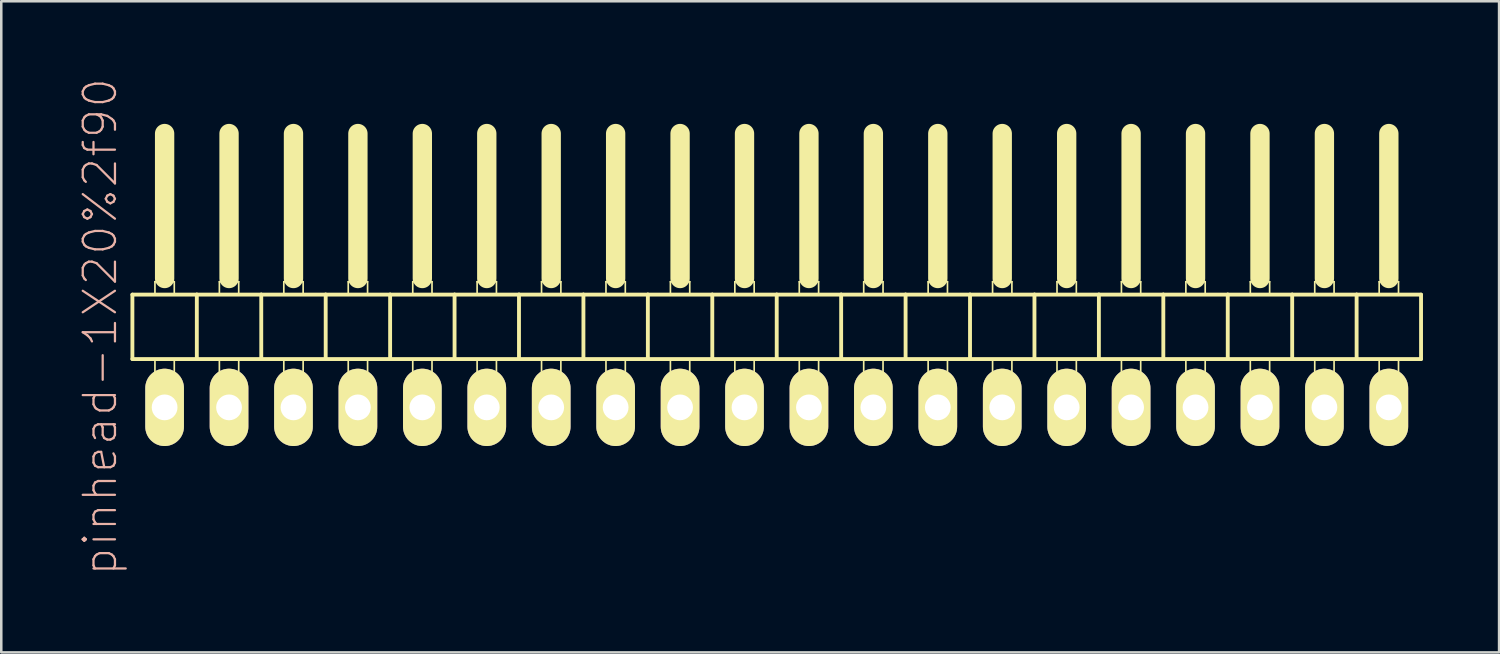
<source format=kicad_pcb>
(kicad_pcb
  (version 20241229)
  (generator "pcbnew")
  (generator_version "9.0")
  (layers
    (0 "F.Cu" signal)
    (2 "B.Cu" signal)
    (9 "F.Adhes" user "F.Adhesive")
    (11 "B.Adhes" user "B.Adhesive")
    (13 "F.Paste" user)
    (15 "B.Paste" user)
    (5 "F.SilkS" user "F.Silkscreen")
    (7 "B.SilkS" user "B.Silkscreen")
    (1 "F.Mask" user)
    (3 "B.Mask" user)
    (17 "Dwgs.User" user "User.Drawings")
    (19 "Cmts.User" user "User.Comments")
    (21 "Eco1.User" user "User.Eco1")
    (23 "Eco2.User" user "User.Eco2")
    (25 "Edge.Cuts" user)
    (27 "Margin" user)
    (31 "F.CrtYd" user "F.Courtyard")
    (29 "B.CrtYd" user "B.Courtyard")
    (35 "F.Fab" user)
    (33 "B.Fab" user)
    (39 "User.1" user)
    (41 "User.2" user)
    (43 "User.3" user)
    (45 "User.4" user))
  (footprint "pinhead-1X20%2f90"
    (layer "F.Cu")
    (at 27.569 9.199)
    (property "Reference" "pinhead-1X20%2f90" (at -26.67 0.635 90) (layer "B.SilkS") (effects (font (size 1.27 1.27) (thickness 0.089))))
    (attr exclude_from_pos_files exclude_from_bom)
    (fp_line (start -25.4 -0.635) (end -25.4 1.905) (stroke (width 0.152) (type solid)) (layer "F.SilkS"))
    (fp_line (start -25.4 1.905) (end -22.86 1.905) (stroke (width 0.152) (type solid)) (layer "F.SilkS"))
    (fp_line (start -24.511 -1.143) (end -23.749 -1.143) (stroke (width 0.066) (type solid)) (layer "F.SilkS"))
    (fp_line (start -24.511 -0.635) (end -24.511 -1.143) (stroke (width 0.066) (type solid)) (layer "F.SilkS"))
    (fp_line (start -24.511 -0.635) (end -23.749 -0.635) (stroke (width 0.066) (type solid)) (layer "F.SilkS"))
    (fp_line (start -24.511 1.905) (end -23.749 1.905) (stroke (width 0.066) (type solid)) (layer "F.SilkS"))
    (fp_line (start -24.511 2.921) (end -24.511 1.905) (stroke (width 0.066) (type solid)) (layer "F.SilkS"))
    (fp_line (start -24.511 2.921) (end -23.749 2.921) (stroke (width 0.066) (type solid)) (layer "F.SilkS"))
    (fp_line (start -24.13 -6.985) (end -24.13 -1.27) (stroke (width 0.762) (type solid)) (layer "F.SilkS"))
    (fp_line (start -23.749 -0.635) (end -23.749 -1.143) (stroke (width 0.066) (type solid)) (layer "F.SilkS"))
    (fp_line (start -23.749 2.921) (end -23.749 1.905) (stroke (width 0.066) (type solid)) (layer "F.SilkS"))
    (fp_line (start -22.86 -0.635) (end -25.4 -0.635) (stroke (width 0.152) (type solid)) (layer "F.SilkS"))
    (fp_line (start -22.86 1.905) (end -22.86 -0.635) (stroke (width 0.152) (type solid)) (layer "F.SilkS"))
    (fp_line (start -22.86 1.905) (end -20.32 1.905) (stroke (width 0.152) (type solid)) (layer "F.SilkS"))
    (fp_line (start -21.971 -1.143) (end -21.209 -1.143) (stroke (width 0.066) (type solid)) (layer "F.SilkS"))
    (fp_line (start -21.971 -0.635) (end -21.971 -1.143) (stroke (width 0.066) (type solid)) (layer "F.SilkS"))
    (fp_line (start -21.971 -0.635) (end -21.209 -0.635) (stroke (width 0.066) (type solid)) (layer "F.SilkS"))
    (fp_line (start -21.971 1.905) (end -21.209 1.905) (stroke (width 0.066) (type solid)) (layer "F.SilkS"))
    (fp_line (start -21.971 2.921) (end -21.971 1.905) (stroke (width 0.066) (type solid)) (layer "F.SilkS"))
    (fp_line (start -21.971 2.921) (end -21.209 2.921) (stroke (width 0.066) (type solid)) (layer "F.SilkS"))
    (fp_line (start -21.59 -6.985) (end -21.59 -1.27) (stroke (width 0.762) (type solid)) (layer "F.SilkS"))
    (fp_line (start -21.209 -0.635) (end -21.209 -1.143) (stroke (width 0.066) (type solid)) (layer "F.SilkS"))
    (fp_line (start -21.209 2.921) (end -21.209 1.905) (stroke (width 0.066) (type solid)) (layer "F.SilkS"))
    (fp_line (start -20.32 -0.635) (end -22.86 -0.635) (stroke (width 0.152) (type solid)) (layer "F.SilkS"))
    (fp_line (start -20.32 1.905) (end -20.32 -0.635) (stroke (width 0.152) (type solid)) (layer "F.SilkS"))
    (fp_line (start -20.32 1.905) (end -17.78 1.905) (stroke (width 0.152) (type solid)) (layer "F.SilkS"))
    (fp_line (start -19.431 -1.143) (end -18.669 -1.143) (stroke (width 0.066) (type solid)) (layer "F.SilkS"))
    (fp_line (start -19.431 -0.635) (end -19.431 -1.143) (stroke (width 0.066) (type solid)) (layer "F.SilkS"))
    (fp_line (start -19.431 -0.635) (end -18.669 -0.635) (stroke (width 0.066) (type solid)) (layer "F.SilkS"))
    (fp_line (start -19.431 1.905) (end -18.669 1.905) (stroke (width 0.066) (type solid)) (layer "F.SilkS"))
    (fp_line (start -19.431 2.921) (end -19.431 1.905) (stroke (width 0.066) (type solid)) (layer "F.SilkS"))
    (fp_line (start -19.431 2.921) (end -18.669 2.921) (stroke (width 0.066) (type solid)) (layer "F.SilkS"))
    (fp_line (start -19.05 -6.985) (end -19.05 -1.27) (stroke (width 0.762) (type solid)) (layer "F.SilkS"))
    (fp_line (start -18.669 -0.635) (end -18.669 -1.143) (stroke (width 0.066) (type solid)) (layer "F.SilkS"))
    (fp_line (start -18.669 2.921) (end -18.669 1.905) (stroke (width 0.066) (type solid)) (layer "F.SilkS"))
    (fp_line (start -17.78 -0.635) (end -20.32 -0.635) (stroke (width 0.152) (type solid)) (layer "F.SilkS"))
    (fp_line (start -17.78 1.905) (end -17.78 -0.635) (stroke (width 0.152) (type solid)) (layer "F.SilkS"))
    (fp_line (start -17.78 1.905) (end -15.24 1.905) (stroke (width 0.152) (type solid)) (layer "F.SilkS"))
    (fp_line (start -16.891 -1.143) (end -16.129 -1.143) (stroke (width 0.066) (type solid)) (layer "F.SilkS"))
    (fp_line (start -16.891 -0.635) (end -16.891 -1.143) (stroke (width 0.066) (type solid)) (layer "F.SilkS"))
    (fp_line (start -16.891 -0.635) (end -16.129 -0.635) (stroke (width 0.066) (type solid)) (layer "F.SilkS"))
    (fp_line (start -16.891 1.905) (end -16.129 1.905) (stroke (width 0.066) (type solid)) (layer "F.SilkS"))
    (fp_line (start -16.891 2.921) (end -16.891 1.905) (stroke (width 0.066) (type solid)) (layer "F.SilkS"))
    (fp_line (start -16.891 2.921) (end -16.129 2.921) (stroke (width 0.066) (type solid)) (layer "F.SilkS"))
    (fp_line (start -16.51 -6.985) (end -16.51 -1.27) (stroke (width 0.762) (type solid)) (layer "F.SilkS"))
    (fp_line (start -16.129 -0.635) (end -16.129 -1.143) (stroke (width 0.066) (type solid)) (layer "F.SilkS"))
    (fp_line (start -16.129 2.921) (end -16.129 1.905) (stroke (width 0.066) (type solid)) (layer "F.SilkS"))
    (fp_line (start -15.24 -0.635) (end -17.78 -0.635) (stroke (width 0.152) (type solid)) (layer "F.SilkS"))
    (fp_line (start -15.24 1.905) (end -15.24 -0.635) (stroke (width 0.152) (type solid)) (layer "F.SilkS"))
    (fp_line (start -15.24 1.905) (end -12.7 1.905) (stroke (width 0.152) (type solid)) (layer "F.SilkS"))
    (fp_line (start -14.348 -1.143) (end -13.589 -1.143) (stroke (width 0.066) (type solid)) (layer "F.SilkS"))
    (fp_line (start -14.348 -0.635) (end -14.348 -1.143) (stroke (width 0.066) (type solid)) (layer "F.SilkS"))
    (fp_line (start -14.348 -0.635) (end -13.589 -0.635) (stroke (width 0.066) (type solid)) (layer "F.SilkS"))
    (fp_line (start -14.348 1.905) (end -13.589 1.905) (stroke (width 0.066) (type solid)) (layer "F.SilkS"))
    (fp_line (start -14.348 2.921) (end -14.348 1.905) (stroke (width 0.066) (type solid)) (layer "F.SilkS"))
    (fp_line (start -14.348 2.921) (end -13.589 2.921) (stroke (width 0.066) (type solid)) (layer "F.SilkS"))
    (fp_line (start -13.97 -6.985) (end -13.97 -1.27) (stroke (width 0.762) (type solid)) (layer "F.SilkS"))
    (fp_line (start -13.589 -0.635) (end -13.589 -1.143) (stroke (width 0.066) (type solid)) (layer "F.SilkS"))
    (fp_line (start -13.589 2.921) (end -13.589 1.905) (stroke (width 0.066) (type solid)) (layer "F.SilkS"))
    (fp_line (start -12.7 -0.635) (end -15.24 -0.635) (stroke (width 0.152) (type solid)) (layer "F.SilkS"))
    (fp_line (start -12.7 1.905) (end -12.7 -0.635) (stroke (width 0.152) (type solid)) (layer "F.SilkS"))
    (fp_line (start -12.7 1.905) (end -10.16 1.905) (stroke (width 0.152) (type solid)) (layer "F.SilkS"))
    (fp_line (start -11.811 -1.143) (end -11.049 -1.143) (stroke (width 0.066) (type solid)) (layer "F.SilkS"))
    (fp_line (start -11.811 -0.635) (end -11.811 -1.143) (stroke (width 0.066) (type solid)) (layer "F.SilkS"))
    (fp_line (start -11.811 -0.635) (end -11.049 -0.635) (stroke (width 0.066) (type solid)) (layer "F.SilkS"))
    (fp_line (start -11.811 1.905) (end -11.049 1.905) (stroke (width 0.066) (type solid)) (layer "F.SilkS"))
    (fp_line (start -11.811 2.921) (end -11.811 1.905) (stroke (width 0.066) (type solid)) (layer "F.SilkS"))
    (fp_line (start -11.811 2.921) (end -11.049 2.921) (stroke (width 0.066) (type solid)) (layer "F.SilkS"))
    (fp_line (start -11.43 -6.985) (end -11.43 -1.27) (stroke (width 0.762) (type solid)) (layer "F.SilkS"))
    (fp_line (start -11.049 -0.635) (end -11.049 -1.143) (stroke (width 0.066) (type solid)) (layer "F.SilkS"))
    (fp_line (start -11.049 2.921) (end -11.049 1.905) (stroke (width 0.066) (type solid)) (layer "F.SilkS"))
    (fp_line (start -10.16 -0.635) (end -12.7 -0.635) (stroke (width 0.152) (type solid)) (layer "F.SilkS"))
    (fp_line (start -10.16 1.905) (end -10.16 -0.635) (stroke (width 0.152) (type solid)) (layer "F.SilkS"))
    (fp_line (start -10.16 1.905) (end -7.62 1.905) (stroke (width 0.152) (type solid)) (layer "F.SilkS"))
    (fp_line (start -9.271 -1.143) (end -8.509 -1.143) (stroke (width 0.066) (type solid)) (layer "F.SilkS"))
    (fp_line (start -9.271 -0.635) (end -9.271 -1.143) (stroke (width 0.066) (type solid)) (layer "F.SilkS"))
    (fp_line (start -9.271 -0.635) (end -8.509 -0.635) (stroke (width 0.066) (type solid)) (layer "F.SilkS"))
    (fp_line (start -9.271 1.905) (end -8.509 1.905) (stroke (width 0.066) (type solid)) (layer "F.SilkS"))
    (fp_line (start -9.271 2.921) (end -9.271 1.905) (stroke (width 0.066) (type solid)) (layer "F.SilkS"))
    (fp_line (start -9.271 2.921) (end -8.509 2.921) (stroke (width 0.066) (type solid)) (layer "F.SilkS"))
    (fp_line (start -8.89 -6.985) (end -8.89 -1.27) (stroke (width 0.762) (type solid)) (layer "F.SilkS"))
    (fp_line (start -8.509 -0.635) (end -8.509 -1.143) (stroke (width 0.066) (type solid)) (layer "F.SilkS"))
    (fp_line (start -8.509 2.921) (end -8.509 1.905) (stroke (width 0.066) (type solid)) (layer "F.SilkS"))
    (fp_line (start -7.62 -0.635) (end -10.16 -0.635) (stroke (width 0.152) (type solid)) (layer "F.SilkS"))
    (fp_line (start -7.62 1.905) (end -7.62 -0.635) (stroke (width 0.152) (type solid)) (layer "F.SilkS"))
    (fp_line (start -7.62 1.905) (end -5.08 1.905) (stroke (width 0.152) (type solid)) (layer "F.SilkS"))
    (fp_line (start -6.731 -1.143) (end -5.969 -1.143) (stroke (width 0.066) (type solid)) (layer "F.SilkS"))
    (fp_line (start -6.731 -0.635) (end -6.731 -1.143) (stroke (width 0.066) (type solid)) (layer "F.SilkS"))
    (fp_line (start -6.731 -0.635) (end -5.969 -0.635) (stroke (width 0.066) (type solid)) (layer "F.SilkS"))
    (fp_line (start -6.731 1.905) (end -5.969 1.905) (stroke (width 0.066) (type solid)) (layer "F.SilkS"))
    (fp_line (start -6.731 2.921) (end -6.731 1.905) (stroke (width 0.066) (type solid)) (layer "F.SilkS"))
    (fp_line (start -6.731 2.921) (end -5.969 2.921) (stroke (width 0.066) (type solid)) (layer "F.SilkS"))
    (fp_line (start -6.35 -6.985) (end -6.35 -1.27) (stroke (width 0.762) (type solid)) (layer "F.SilkS"))
    (fp_line (start -5.969 -0.635) (end -5.969 -1.143) (stroke (width 0.066) (type solid)) (layer "F.SilkS"))
    (fp_line (start -5.969 2.921) (end -5.969 1.905) (stroke (width 0.066) (type solid)) (layer "F.SilkS"))
    (fp_line (start -5.08 -0.635) (end -7.62 -0.635) (stroke (width 0.152) (type solid)) (layer "F.SilkS"))
    (fp_line (start -5.08 1.905) (end -5.08 -0.635) (stroke (width 0.152) (type solid)) (layer "F.SilkS"))
    (fp_line (start -5.08 1.905) (end -2.54 1.905) (stroke (width 0.152) (type solid)) (layer "F.SilkS"))
    (fp_line (start -4.191 -1.143) (end -3.429 -1.143) (stroke (width 0.066) (type solid)) (layer "F.SilkS"))
    (fp_line (start -4.191 -0.635) (end -4.191 -1.143) (stroke (width 0.066) (type solid)) (layer "F.SilkS"))
    (fp_line (start -4.191 -0.635) (end -3.429 -0.635) (stroke (width 0.066) (type solid)) (layer "F.SilkS"))
    (fp_line (start -4.191 1.905) (end -3.429 1.905) (stroke (width 0.066) (type solid)) (layer "F.SilkS"))
    (fp_line (start -4.191 2.921) (end -4.191 1.905) (stroke (width 0.066) (type solid)) (layer "F.SilkS"))
    (fp_line (start -4.191 2.921) (end -3.429 2.921) (stroke (width 0.066) (type solid)) (layer "F.SilkS"))
    (fp_line (start -3.81 -6.985) (end -3.81 -1.27) (stroke (width 0.762) (type solid)) (layer "F.SilkS"))
    (fp_line (start -3.429 -0.635) (end -3.429 -1.143) (stroke (width 0.066) (type solid)) (layer "F.SilkS"))
    (fp_line (start -3.429 2.921) (end -3.429 1.905) (stroke (width 0.066) (type solid)) (layer "F.SilkS"))
    (fp_line (start -2.54 -0.635) (end -5.08 -0.635) (stroke (width 0.152) (type solid)) (layer "F.SilkS"))
    (fp_line (start -2.54 1.905) (end -2.54 -0.635) (stroke (width 0.152) (type solid)) (layer "F.SilkS"))
    (fp_line (start -2.54 1.905) (end 0 1.905) (stroke (width 0.152) (type solid)) (layer "F.SilkS"))
    (fp_line (start -1.651 -1.143) (end -0.889 -1.143) (stroke (width 0.066) (type solid)) (layer "F.SilkS"))
    (fp_line (start -1.651 -0.635) (end -1.651 -1.143) (stroke (width 0.066) (type solid)) (layer "F.SilkS"))
    (fp_line (start -1.651 -0.635) (end -0.889 -0.635) (stroke (width 0.066) (type solid)) (layer "F.SilkS"))
    (fp_line (start -1.651 1.905) (end -0.889 1.905) (stroke (width 0.066) (type solid)) (layer "F.SilkS"))
    (fp_line (start -1.651 2.921) (end -1.651 1.905) (stroke (width 0.066) (type solid)) (layer "F.SilkS"))
    (fp_line (start -1.651 2.921) (end -0.889 2.921) (stroke (width 0.066) (type solid)) (layer "F.SilkS"))
    (fp_line (start -1.27 -6.985) (end -1.27 -1.27) (stroke (width 0.762) (type solid)) (layer "F.SilkS"))
    (fp_line (start -0.889 -0.635) (end -0.889 -1.143) (stroke (width 0.066) (type solid)) (layer "F.SilkS"))
    (fp_line (start -0.889 2.921) (end -0.889 1.905) (stroke (width 0.066) (type solid)) (layer "F.SilkS"))
    (fp_line (start 0 -0.635) (end -2.54 -0.635) (stroke (width 0.152) (type solid)) (layer "F.SilkS"))
    (fp_line (start 0 1.905) (end 0 -0.635) (stroke (width 0.152) (type solid)) (layer "F.SilkS"))
    (fp_line (start 0 1.905) (end 2.54 1.905) (stroke (width 0.152) (type solid)) (layer "F.SilkS"))
    (fp_line (start 0.889 -1.143) (end 1.651 -1.143) (stroke (width 0.066) (type solid)) (layer "F.SilkS"))
    (fp_line (start 0.889 -0.635) (end 0.889 -1.143) (stroke (width 0.066) (type solid)) (layer "F.SilkS"))
    (fp_line (start 0.889 -0.635) (end 1.651 -0.635) (stroke (width 0.066) (type solid)) (layer "F.SilkS"))
    (fp_line (start 0.889 1.905) (end 1.651 1.905) (stroke (width 0.066) (type solid)) (layer "F.SilkS"))
    (fp_line (start 0.889 2.921) (end 0.889 1.905) (stroke (width 0.066) (type solid)) (layer "F.SilkS"))
    (fp_line (start 0.889 2.921) (end 1.651 2.921) (stroke (width 0.066) (type solid)) (layer "F.SilkS"))
    (fp_line (start 1.27 -6.985) (end 1.27 -1.27) (stroke (width 0.762) (type solid)) (layer "F.SilkS"))
    (fp_line (start 1.651 -0.635) (end 1.651 -1.143) (stroke (width 0.066) (type solid)) (layer "F.SilkS"))
    (fp_line (start 1.651 2.921) (end 1.651 1.905) (stroke (width 0.066) (type solid)) (layer "F.SilkS"))
    (fp_line (start 2.54 -0.635) (end 0 -0.635) (stroke (width 0.152) (type solid)) (layer "F.SilkS"))
    (fp_line (start 2.54 1.905) (end 2.54 -0.635) (stroke (width 0.152) (type solid)) (layer "F.SilkS"))
    (fp_line (start 2.54 1.905) (end 5.08 1.905) (stroke (width 0.152) (type solid)) (layer "F.SilkS"))
    (fp_line (start 3.429 -1.143) (end 4.191 -1.143) (stroke (width 0.066) (type solid)) (layer "F.SilkS"))
    (fp_line (start 3.429 -0.635) (end 3.429 -1.143) (stroke (width 0.066) (type solid)) (layer "F.SilkS"))
    (fp_line (start 3.429 -0.635) (end 4.191 -0.635) (stroke (width 0.066) (type solid)) (layer "F.SilkS"))
    (fp_line (start 3.429 1.905) (end 4.191 1.905) (stroke (width 0.066) (type solid)) (layer "F.SilkS"))
    (fp_line (start 3.429 2.921) (end 3.429 1.905) (stroke (width 0.066) (type solid)) (layer "F.SilkS"))
    (fp_line (start 3.429 2.921) (end 4.191 2.921) (stroke (width 0.066) (type solid)) (layer "F.SilkS"))
    (fp_line (start 3.81 -6.985) (end 3.81 -1.27) (stroke (width 0.762) (type solid)) (layer "F.SilkS"))
    (fp_line (start 4.191 -0.635) (end 4.191 -1.143) (stroke (width 0.066) (type solid)) (layer "F.SilkS"))
    (fp_line (start 4.191 2.921) (end 4.191 1.905) (stroke (width 0.066) (type solid)) (layer "F.SilkS"))
    (fp_line (start 5.08 -0.635) (end 2.54 -0.635) (stroke (width 0.152) (type solid)) (layer "F.SilkS"))
    (fp_line (start 5.08 1.905) (end 5.08 -0.635) (stroke (width 0.152) (type solid)) (layer "F.SilkS"))
    (fp_line (start 5.08 1.905) (end 7.62 1.905) (stroke (width 0.152) (type solid)) (layer "F.SilkS"))
    (fp_line (start 5.969 -1.143) (end 6.731 -1.143) (stroke (width 0.066) (type solid)) (layer "F.SilkS"))
    (fp_line (start 5.969 -0.635) (end 5.969 -1.143) (stroke (width 0.066) (type solid)) (layer "F.SilkS"))
    (fp_line (start 5.969 -0.635) (end 6.731 -0.635) (stroke (width 0.066) (type solid)) (layer "F.SilkS"))
    (fp_line (start 5.969 1.905) (end 6.731 1.905) (stroke (width 0.066) (type solid)) (layer "F.SilkS"))
    (fp_line (start 5.969 2.921) (end 5.969 1.905) (stroke (width 0.066) (type solid)) (layer "F.SilkS"))
    (fp_line (start 5.969 2.921) (end 6.731 2.921) (stroke (width 0.066) (type solid)) (layer "F.SilkS"))
    (fp_line (start 6.35 -6.985) (end 6.35 -1.27) (stroke (width 0.762) (type solid)) (layer "F.SilkS"))
    (fp_line (start 6.731 -0.635) (end 6.731 -1.143) (stroke (width 0.066) (type solid)) (layer "F.SilkS"))
    (fp_line (start 6.731 2.921) (end 6.731 1.905) (stroke (width 0.066) (type solid)) (layer "F.SilkS"))
    (fp_line (start 7.62 -0.635) (end 5.08 -0.635) (stroke (width 0.152) (type solid)) (layer "F.SilkS"))
    (fp_line (start 7.62 1.905) (end 7.62 -0.635) (stroke (width 0.152) (type solid)) (layer "F.SilkS"))
    (fp_line (start 7.62 1.905) (end 10.16 1.905) (stroke (width 0.152) (type solid)) (layer "F.SilkS"))
    (fp_line (start 8.509 -1.143) (end 9.271 -1.143) (stroke (width 0.066) (type solid)) (layer "F.SilkS"))
    (fp_line (start 8.509 -0.635) (end 8.509 -1.143) (stroke (width 0.066) (type solid)) (layer "F.SilkS"))
    (fp_line (start 8.509 -0.635) (end 9.271 -0.635) (stroke (width 0.066) (type solid)) (layer "F.SilkS"))
    (fp_line (start 8.509 1.905) (end 9.271 1.905) (stroke (width 0.066) (type solid)) (layer "F.SilkS"))
    (fp_line (start 8.509 2.921) (end 8.509 1.905) (stroke (width 0.066) (type solid)) (layer "F.SilkS"))
    (fp_line (start 8.509 2.921) (end 9.271 2.921) (stroke (width 0.066) (type solid)) (layer "F.SilkS"))
    (fp_line (start 8.89 -6.985) (end 8.89 -1.27) (stroke (width 0.762) (type solid)) (layer "F.SilkS"))
    (fp_line (start 9.271 -0.635) (end 9.271 -1.143) (stroke (width 0.066) (type solid)) (layer "F.SilkS"))
    (fp_line (start 9.271 2.921) (end 9.271 1.905) (stroke (width 0.066) (type solid)) (layer "F.SilkS"))
    (fp_line (start 10.16 -0.635) (end 7.62 -0.635) (stroke (width 0.152) (type solid)) (layer "F.SilkS"))
    (fp_line (start 10.16 1.905) (end 10.16 -0.635) (stroke (width 0.152) (type solid)) (layer "F.SilkS"))
    (fp_line (start 10.16 1.905) (end 12.7 1.905) (stroke (width 0.152) (type solid)) (layer "F.SilkS"))
    (fp_line (start 11.049 -1.143) (end 11.811 -1.143) (stroke (width 0.066) (type solid)) (layer "F.SilkS"))
    (fp_line (start 11.049 -0.635) (end 11.049 -1.143) (stroke (width 0.066) (type solid)) (layer "F.SilkS"))
    (fp_line (start 11.049 -0.635) (end 11.811 -0.635) (stroke (width 0.066) (type solid)) (layer "F.SilkS"))
    (fp_line (start 11.049 1.905) (end 11.811 1.905) (stroke (width 0.066) (type solid)) (layer "F.SilkS"))
    (fp_line (start 11.049 2.921) (end 11.049 1.905) (stroke (width 0.066) (type solid)) (layer "F.SilkS"))
    (fp_line (start 11.049 2.921) (end 11.811 2.921) (stroke (width 0.066) (type solid)) (layer "F.SilkS"))
    (fp_line (start 11.43 -6.985) (end 11.43 -1.27) (stroke (width 0.762) (type solid)) (layer "F.SilkS"))
    (fp_line (start 11.811 -0.635) (end 11.811 -1.143) (stroke (width 0.066) (type solid)) (layer "F.SilkS"))
    (fp_line (start 11.811 2.921) (end 11.811 1.905) (stroke (width 0.066) (type solid)) (layer "F.SilkS"))
    (fp_line (start 12.7 -0.635) (end 10.16 -0.635) (stroke (width 0.152) (type solid)) (layer "F.SilkS"))
    (fp_line (start 12.7 1.905) (end 12.7 -0.635) (stroke (width 0.152) (type solid)) (layer "F.SilkS"))
    (fp_line (start 12.7 1.905) (end 15.24 1.905) (stroke (width 0.152) (type solid)) (layer "F.SilkS"))
    (fp_line (start 13.589 -1.143) (end 14.348 -1.143) (stroke (width 0.066) (type solid)) (layer "F.SilkS"))
    (fp_line (start 13.589 -0.635) (end 13.589 -1.143) (stroke (width 0.066) (type solid)) (layer "F.SilkS"))
    (fp_line (start 13.589 -0.635) (end 14.348 -0.635) (stroke (width 0.066) (type solid)) (layer "F.SilkS"))
    (fp_line (start 13.589 1.905) (end 14.348 1.905) (stroke (width 0.066) (type solid)) (layer "F.SilkS"))
    (fp_line (start 13.589 2.921) (end 13.589 1.905) (stroke (width 0.066) (type solid)) (layer "F.SilkS"))
    (fp_line (start 13.589 2.921) (end 14.348 2.921) (stroke (width 0.066) (type solid)) (layer "F.SilkS"))
    (fp_line (start 13.97 -6.985) (end 13.97 -1.27) (stroke (width 0.762) (type solid)) (layer "F.SilkS"))
    (fp_line (start 14.348 -0.635) (end 14.348 -1.143) (stroke (width 0.066) (type solid)) (layer "F.SilkS"))
    (fp_line (start 14.348 2.921) (end 14.348 1.905) (stroke (width 0.066) (type solid)) (layer "F.SilkS"))
    (fp_line (start 15.24 -0.635) (end 12.7 -0.635) (stroke (width 0.152) (type solid)) (layer "F.SilkS"))
    (fp_line (start 15.24 1.905) (end 15.24 -0.635) (stroke (width 0.152) (type solid)) (layer "F.SilkS"))
    (fp_line (start 15.24 1.905) (end 17.78 1.905) (stroke (width 0.152) (type solid)) (layer "F.SilkS"))
    (fp_line (start 16.129 -1.143) (end 16.891 -1.143) (stroke (width 0.066) (type solid)) (layer "F.SilkS"))
    (fp_line (start 16.129 -0.635) (end 16.129 -1.143) (stroke (width 0.066) (type solid)) (layer "F.SilkS"))
    (fp_line (start 16.129 -0.635) (end 16.891 -0.635) (stroke (width 0.066) (type solid)) (layer "F.SilkS"))
    (fp_line (start 16.129 1.905) (end 16.891 1.905) (stroke (width 0.066) (type solid)) (layer "F.SilkS"))
    (fp_line (start 16.129 2.921) (end 16.129 1.905) (stroke (width 0.066) (type solid)) (layer "F.SilkS"))
    (fp_line (start 16.129 2.921) (end 16.891 2.921) (stroke (width 0.066) (type solid)) (layer "F.SilkS"))
    (fp_line (start 16.51 -6.985) (end 16.51 -1.27) (stroke (width 0.762) (type solid)) (layer "F.SilkS"))
    (fp_line (start 16.891 -0.635) (end 16.891 -1.143) (stroke (width 0.066) (type solid)) (layer "F.SilkS"))
    (fp_line (start 16.891 2.921) (end 16.891 1.905) (stroke (width 0.066) (type solid)) (layer "F.SilkS"))
    (fp_line (start 17.78 -0.635) (end 15.24 -0.635) (stroke (width 0.152) (type solid)) (layer "F.SilkS"))
    (fp_line (start 17.78 1.905) (end 17.78 -0.635) (stroke (width 0.152) (type solid)) (layer "F.SilkS"))
    (fp_line (start 17.78 1.905) (end 20.32 1.905) (stroke (width 0.152) (type solid)) (layer "F.SilkS"))
    (fp_line (start 18.669 -1.143) (end 19.431 -1.143) (stroke (width 0.066) (type solid)) (layer "F.SilkS"))
    (fp_line (start 18.669 -0.635) (end 18.669 -1.143) (stroke (width 0.066) (type solid)) (layer "F.SilkS"))
    (fp_line (start 18.669 -0.635) (end 19.431 -0.635) (stroke (width 0.066) (type solid)) (layer "F.SilkS"))
    (fp_line (start 18.669 1.905) (end 19.431 1.905) (stroke (width 0.066) (type solid)) (layer "F.SilkS"))
    (fp_line (start 18.669 2.921) (end 18.669 1.905) (stroke (width 0.066) (type solid)) (layer "F.SilkS"))
    (fp_line (start 18.669 2.921) (end 19.431 2.921) (stroke (width 0.066) (type solid)) (layer "F.SilkS"))
    (fp_line (start 19.05 -6.985) (end 19.05 -1.27) (stroke (width 0.762) (type solid)) (layer "F.SilkS"))
    (fp_line (start 19.431 -0.635) (end 19.431 -1.143) (stroke (width 0.066) (type solid)) (layer "F.SilkS"))
    (fp_line (start 19.431 2.921) (end 19.431 1.905) (stroke (width 0.066) (type solid)) (layer "F.SilkS"))
    (fp_line (start 20.32 -0.635) (end 17.78 -0.635) (stroke (width 0.152) (type solid)) (layer "F.SilkS"))
    (fp_line (start 20.32 1.905) (end 20.32 -0.635) (stroke (width 0.152) (type solid)) (layer "F.SilkS"))
    (fp_line (start 20.32 1.905) (end 22.86 1.905) (stroke (width 0.152) (type solid)) (layer "F.SilkS"))
    (fp_line (start 21.209 -1.143) (end 21.971 -1.143) (stroke (width 0.066) (type solid)) (layer "F.SilkS"))
    (fp_line (start 21.209 -0.635) (end 21.209 -1.143) (stroke (width 0.066) (type solid)) (layer "F.SilkS"))
    (fp_line (start 21.209 -0.635) (end 21.971 -0.635) (stroke (width 0.066) (type solid)) (layer "F.SilkS"))
    (fp_line (start 21.209 1.905) (end 21.971 1.905) (stroke (width 0.066) (type solid)) (layer "F.SilkS"))
    (fp_line (start 21.209 2.921) (end 21.209 1.905) (stroke (width 0.066) (type solid)) (layer "F.SilkS"))
    (fp_line (start 21.209 2.921) (end 21.971 2.921) (stroke (width 0.066) (type solid)) (layer "F.SilkS"))
    (fp_line (start 21.59 -6.985) (end 21.59 -1.27) (stroke (width 0.762) (type solid)) (layer "F.SilkS"))
    (fp_line (start 21.971 -0.635) (end 21.971 -1.143) (stroke (width 0.066) (type solid)) (layer "F.SilkS"))
    (fp_line (start 21.971 2.921) (end 21.971 1.905) (stroke (width 0.066) (type solid)) (layer "F.SilkS"))
    (fp_line (start 22.86 -0.635) (end 20.32 -0.635) (stroke (width 0.152) (type solid)) (layer "F.SilkS"))
    (fp_line (start 22.86 1.905) (end 22.86 -0.635) (stroke (width 0.152) (type solid)) (layer "F.SilkS"))
    (fp_line (start 22.86 1.905) (end 25.4 1.905) (stroke (width 0.152) (type solid)) (layer "F.SilkS"))
    (fp_line (start 23.749 -1.143) (end 24.511 -1.143) (stroke (width 0.066) (type solid)) (layer "F.SilkS"))
    (fp_line (start 23.749 -0.635) (end 23.749 -1.143) (stroke (width 0.066) (type solid)) (layer "F.SilkS"))
    (fp_line (start 23.749 -0.635) (end 24.511 -0.635) (stroke (width 0.066) (type solid)) (layer "F.SilkS"))
    (fp_line (start 23.749 1.905) (end 24.511 1.905) (stroke (width 0.066) (type solid)) (layer "F.SilkS"))
    (fp_line (start 23.749 2.921) (end 23.749 1.905) (stroke (width 0.066) (type solid)) (layer "F.SilkS"))
    (fp_line (start 23.749 2.921) (end 24.511 2.921) (stroke (width 0.066) (type solid)) (layer "F.SilkS"))
    (fp_line (start 24.13 -6.985) (end 24.13 -1.27) (stroke (width 0.762) (type solid)) (layer "F.SilkS"))
    (fp_line (start 24.511 -0.635) (end 24.511 -1.143) (stroke (width 0.066) (type solid)) (layer "F.SilkS"))
    (fp_line (start 24.511 2.921) (end 24.511 1.905) (stroke (width 0.066) (type solid)) (layer "F.SilkS"))
    (fp_line (start 25.4 -0.635) (end 22.86 -0.635) (stroke (width 0.152) (type solid)) (layer "F.SilkS"))
    (fp_line (start 25.4 1.905) (end 25.4 -0.635) (stroke (width 0.152) (type solid)) (layer "F.SilkS"))
    (pad "1" thru_hole oval (at -24.13 3.81) (size 1.524 3.048) (drill 1.016) (layers "*.Cu" "F.Mask" "F.SilkS" "F.Paste"))
    (pad "2" thru_hole oval (at -21.59 3.81) (size 1.524 3.048) (drill 1.016) (layers "*.Cu" "F.Mask" "F.SilkS" "F.Paste"))
    (pad "3" thru_hole oval (at -19.05 3.81) (size 1.524 3.048) (drill 1.016) (layers "*.Cu" "F.Mask" "F.SilkS" "F.Paste"))
    (pad "4" thru_hole oval (at -16.51 3.81) (size 1.524 3.048) (drill 1.016) (layers "*.Cu" "F.Mask" "F.SilkS" "F.Paste"))
    (pad "5" thru_hole oval (at -13.97 3.81) (size 1.524 3.048) (drill 1.016) (layers "*.Cu" "F.Mask" "F.SilkS" "F.Paste"))
    (pad "6" thru_hole oval (at -11.43 3.81) (size 1.524 3.048) (drill 1.016) (layers "*.Cu" "F.Mask" "F.SilkS" "F.Paste"))
    (pad "7" thru_hole oval (at -8.89 3.81) (size 1.524 3.048) (drill 1.016) (layers "*.Cu" "F.Mask" "F.SilkS" "F.Paste"))
    (pad "8" thru_hole oval (at -6.35 3.81) (size 1.524 3.048) (drill 1.016) (layers "*.Cu" "F.Mask" "F.SilkS" "F.Paste"))
    (pad "9" thru_hole oval (at -3.81 3.81) (size 1.524 3.048) (drill 1.016) (layers "*.Cu" "F.Mask" "F.SilkS" "F.Paste"))
    (pad "10" thru_hole oval (at -1.27 3.81) (size 1.524 3.048) (drill 1.016) (layers "*.Cu" "F.Mask" "F.SilkS" "F.Paste"))
    (pad "11" thru_hole oval (at 1.27 3.81) (size 1.524 3.048) (drill 1.016) (layers "*.Cu" "F.Mask" "F.SilkS" "F.Paste"))
    (pad "12" thru_hole oval (at 3.81 3.81) (size 1.524 3.048) (drill 1.016) (layers "*.Cu" "F.Mask" "F.SilkS" "F.Paste"))
    (pad "13" thru_hole oval (at 6.35 3.81) (size 1.524 3.048) (drill 1.016) (layers "*.Cu" "F.Mask" "F.SilkS" "F.Paste"))
    (pad "14" thru_hole oval (at 8.89 3.81) (size 1.524 3.048) (drill 1.016) (layers "*.Cu" "F.Mask" "F.SilkS" "F.Paste"))
    (pad "15" thru_hole oval (at 11.43 3.81) (size 1.524 3.048) (drill 1.016) (layers "*.Cu" "F.Mask" "F.SilkS" "F.Paste"))
    (pad "16" thru_hole oval (at 13.97 3.81) (size 1.524 3.048) (drill 1.016) (layers "*.Cu" "F.Mask" "F.SilkS" "F.Paste"))
    (pad "17" thru_hole oval (at 16.51 3.81) (size 1.524 3.048) (drill 1.016) (layers "*.Cu" "F.Mask" "F.SilkS" "F.Paste"))
    (pad "18" thru_hole oval (at 19.05 3.81) (size 1.524 3.048) (drill 1.016) (layers "*.Cu" "F.Mask" "F.SilkS" "F.Paste"))
    (pad "19" thru_hole oval (at 21.59 3.81) (size 1.524 3.048) (drill 1.016) (layers "*.Cu" "F.Mask" "F.SilkS" "F.Paste"))
    (pad "20" thru_hole oval (at 24.13 3.81) (size 1.524 3.048) (drill 1.016) (layers "*.Cu" "F.Mask" "F.SilkS" "F.Paste")))
  (gr_rect
    (start -3 -3)
    (end 56.045 22.667)
    (stroke (width 0.1) (type default))
    (fill no)
    (layer "Edge.Cuts")))
</source>
